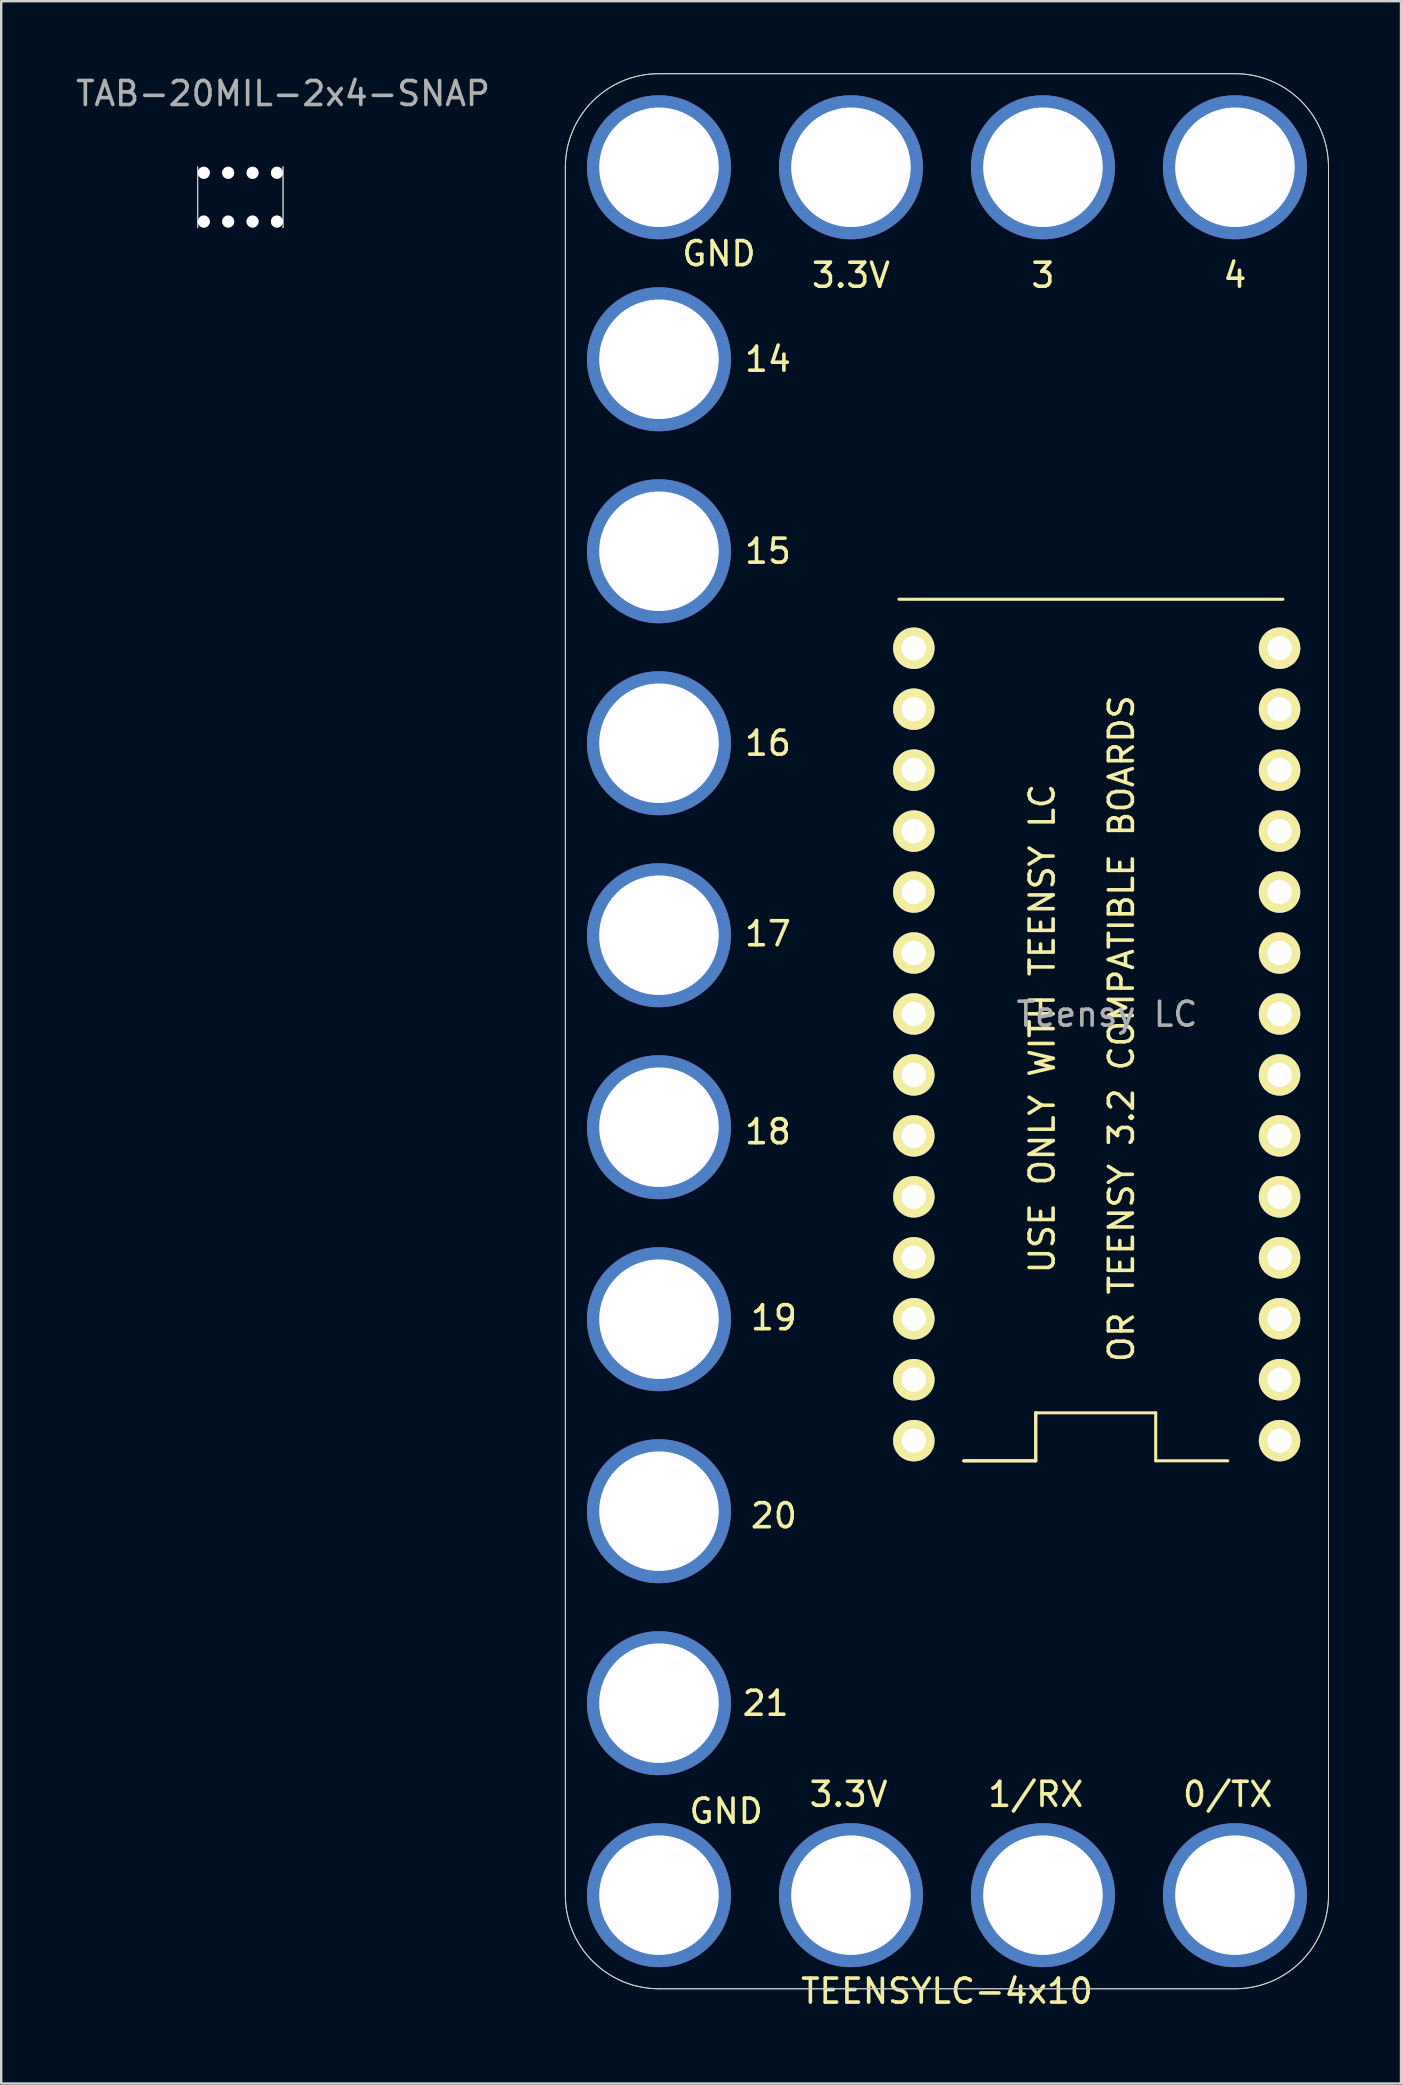
<source format=kicad_pcb>
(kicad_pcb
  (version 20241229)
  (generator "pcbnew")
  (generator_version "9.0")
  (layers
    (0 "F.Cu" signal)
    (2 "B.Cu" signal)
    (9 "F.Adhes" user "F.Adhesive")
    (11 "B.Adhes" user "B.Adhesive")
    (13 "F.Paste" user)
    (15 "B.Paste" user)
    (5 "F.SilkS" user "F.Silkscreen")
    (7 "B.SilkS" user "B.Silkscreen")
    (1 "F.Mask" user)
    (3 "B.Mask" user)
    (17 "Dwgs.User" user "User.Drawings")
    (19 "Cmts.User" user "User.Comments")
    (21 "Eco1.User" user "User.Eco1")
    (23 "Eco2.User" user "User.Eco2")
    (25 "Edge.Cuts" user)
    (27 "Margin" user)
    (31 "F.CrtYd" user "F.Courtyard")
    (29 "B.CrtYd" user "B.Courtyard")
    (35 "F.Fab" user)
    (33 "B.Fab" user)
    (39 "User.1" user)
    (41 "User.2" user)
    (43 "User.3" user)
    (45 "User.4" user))
  (footprint "TEENSYLC-4x10"
    (layer "F.Cu")
    (at 24.408 27.92)
    (property "Reference" "TEENSYLC-4x10" (at 12 52 0) (layer "F.SilkS") (effects (font (size 1 1) (thickness 0.15))))
    (attr through_hole)
    (fp_line (start 10 -6) (end 26 -6) (stroke (width 0.127) (type solid)) (layer "F.SilkS"))
    (fp_line (start 12.7 29.901) (end 15.7 29.901) (stroke (width 0.127) (type solid)) (layer "F.SilkS"))
    (fp_line (start 12.7 29.901) (end 15.7 29.901) (stroke (width 0.127) (type solid)) (layer "F.SilkS"))
    (fp_line (start 15.7 29.901) (end 15.7 27.901) (stroke (width 0.127) (type solid)) (layer "F.SilkS"))
    (fp_line (start 15.7 29.901) (end 15.7 27.901) (stroke (width 0.127) (type solid)) (layer "F.SilkS"))
    (fp_line (start 20.7 27.901) (end 15.7 27.901) (stroke (width 0.127) (type solid)) (layer "F.SilkS"))
    (fp_line (start 20.7 29.901) (end 20.7 27.901) (stroke (width 0.127) (type solid)) (layer "F.SilkS"))
    (fp_line (start 20.7 29.901) (end 23.7 29.901) (stroke (width 0.127) (type solid)) (layer "F.SilkS"))
    (fp_line (start -3.9 -24) (end -3.9 48) (stroke (width 0.041) (type solid)) (layer "Edge.Cuts"))
    (fp_line (start 0 51.9) (end 24 51.9) (stroke (width 0.041) (type solid)) (layer "Edge.Cuts"))
    (fp_line (start 24 -27.9) (end 0 -27.9) (stroke (width 0.041) (type solid)) (layer "Edge.Cuts"))
    (fp_line (start 27.9 48) (end 27.9 -24) (stroke (width 0.041) (type solid)) (layer "Edge.Cuts"))
    (fp_arc (start -3.9 -24) (mid -2.757716 -26.757716) (end 0 -27.9) (stroke (width 0.04064) (type solid)) (layer "Edge.Cuts"))
    (fp_arc (start 0 51.9) (mid -2.755309 50.760122) (end -3.899994 48.006807) (stroke (width 0.04064) (type solid)) (layer "Edge.Cuts"))
    (fp_arc (start 24 -27.9) (mid 26.755309 -26.760122) (end 27.899994 -24.006807) (stroke (width 0.04064) (type solid)) (layer "Edge.Cuts"))
    (fp_arc (start 27.9 48) (mid 26.757716 50.757716) (end 24 51.9) (stroke (width 0.04064) (type solid)) (layer "Edge.Cuts"))
    (fp_line (start -3.9 -24) (end -3.9 48) (stroke (width 0.041) (type solid)) (layer "F.Fab"))
    (fp_line (start 0 51.9) (end 24 51.9) (stroke (width 0.041) (type solid)) (layer "F.Fab"))
    (fp_line (start 24 -27.9) (end 0 -27.9) (stroke (width 0.041) (type solid)) (layer "F.Fab"))
    (fp_line (start 27.9 48) (end 27.9 -24) (stroke (width 0.041) (type solid)) (layer "F.Fab"))
    (fp_arc (start -3.9 -24) (mid -2.757716 -26.757716) (end 0 -27.9) (stroke (width 0.04064) (type solid)) (layer "F.Fab"))
    (fp_arc (start 0 51.9) (mid -2.755309 50.760122) (end -3.899994 48.006807) (stroke (width 0.04064) (type solid)) (layer "F.Fab"))
    (fp_arc (start 24 -27.9) (mid 26.755309 -26.760122) (end 27.899994 -24.006807) (stroke (width 0.04064) (type solid)) (layer "F.Fab"))
    (fp_arc (start 27.9 48) (mid 26.757716 50.757716) (end 24 51.9) (stroke (width 0.04064) (type solid)) (layer "F.Fab"))
    (fp_text user "3" (at 16 -19.5 0) (layer "F.SilkS") (effects (font (size 1 1) (thickness 0.15))))
    (fp_text user "18" (at 4.54 16.19 0) (layer "F.SilkS") (effects (font (size 1 1) (thickness 0.15))))
    (fp_text user "3.3V" (at 7.9 43.8 180) (layer "F.SilkS") (effects (font (size 1 1) (thickness 0.15))))
    (fp_text user "16" (at 4.54 0 180) (layer "F.SilkS") (effects (font (size 1 1) (thickness 0.15))))
    (fp_text user "20" (at 4.79 32.19 0) (layer "F.SilkS") (effects (font (size 1 1) (thickness 0.15))))
    (fp_text user "19" (at 4.79 23.94 0) (layer "F.SilkS") (effects (font (size 1 1) (thickness 0.15))))
    (fp_text user "0/TX" (at 23.7 43.8 0) (layer "F.SilkS") (effects (font (size 1 1) (thickness 0.15))))
    (fp_text user "1/RX" (at 15.7 43.8 0) (layer "F.SilkS") (effects (font (size 1 1) (thickness 0.15))))
    (fp_text user "14" (at 4.54 -16 0) (layer "F.SilkS") (effects (font (size 1 1) (thickness 0.15))))
    (fp_text user "OR TEENSY 3.2 COMPATIBLE BOARDS" (at 19.271 11.892 90) (layer "F.SilkS") (effects (font (size 1 1) (thickness 0.15))))
    (fp_text user "GND" (at 2.8 44.5 180) (layer "F.SilkS") (effects (font (size 1 1) (thickness 0.15))))
    (fp_text user "USE ONLY WITH TEENSY LC" (at 15.969 11.892 90) (layer "F.SilkS") (effects (font (size 1 1) (thickness 0.15))))
    (fp_text user "4" (at 24 -19.5 0) (layer "F.SilkS") (effects (font (size 1 1) (thickness 0.15))))
    (fp_text user "GND" (at 2.5 -20.4 0) (layer "F.SilkS") (effects (font (size 1 1) (thickness 0.15))))
    (fp_text user "3.3V" (at 8 -19.5 180) (layer "F.SilkS") (effects (font (size 1 1) (thickness 0.15))))
    (fp_text user "17" (at 4.54 7.94 0) (layer "F.SilkS") (effects (font (size 1 1) (thickness 0.15))))
    (fp_text user "15" (at 4.54 -8 0) (layer "F.SilkS") (effects (font (size 1 1) (thickness 0.15))))
    (fp_text user "21" (at 4.445 40.005 0) (layer "F.SilkS") (effects (font (size 1 1) (thickness 0.15))))
    (fp_text user "Teensy LC" (at 18.669 11.292 0) (layer "F.Fab") (effects (font (size 1 1) (thickness 0.15))))
    (pad "0" thru_hole circle (at 24 48 90) (size 6 6) (drill 4.98) (layers "*.Cu" "*.Mask"))
    (pad "0" thru_hole circle (at 25.86 26.521 180) (size 1.727 1.727) (drill 1.016) (layers "*.Cu" "*.Mask" "F.SilkS"))
    (pad "1" thru_hole circle (at 16 48 90) (size 6 6) (drill 4.98) (layers "*.Cu" "*.Mask"))
    (pad "1" thru_hole circle (at 25.86 23.981 180) (size 1.727 1.727) (drill 1.016) (layers "*.Cu" "*.Mask" "F.SilkS"))
    (pad "2" thru_hole circle (at 25.86 21.441 180) (size 1.727 1.727) (drill 1.016) (layers "*.Cu" "*.Mask" "F.SilkS"))
    (pad "3" thru_hole circle (at 16 -24 90) (size 6 6) (drill 4.98) (layers "*.Cu" "*.Mask"))
    (pad "3" thru_hole circle (at 25.86 18.901 180) (size 1.727 1.727) (drill 1.016) (layers "*.Cu" "*.Mask" "F.SilkS"))
    (pad "3.3V" thru_hole circle (at 8 -24 90) (size 6 6) (drill 4.98) (layers "*.Cu" "*.Mask"))
    (pad "3.3V" thru_hole circle (at 8 48 90) (size 6 6) (drill 4.98) (layers "*.Cu" "*.Mask"))
    (pad "3.3V" thru_hole circle (at 10.62 23.981 180) (size 1.727 1.727) (drill 1.016) (layers "*.Cu" "*.Mask" "F.SilkS"))
    (pad "4" thru_hole circle (at 24 -24 90) (size 6 6) (drill 4.98) (layers "*.Cu" "*.Mask"))
    (pad "4" thru_hole circle (at 25.86 16.361 180) (size 1.727 1.727) (drill 1.016) (layers "*.Cu" "*.Mask" "F.SilkS"))
    (pad "5" thru_hole circle (at 25.86 13.821 180) (size 1.727 1.727) (drill 1.016) (layers "*.Cu" "*.Mask" "F.SilkS"))
    (pad "6" thru_hole circle (at 25.86 11.281 180) (size 1.727 1.727) (drill 1.016) (layers "*.Cu" "*.Mask" "F.SilkS"))
    (pad "7" thru_hole circle (at 25.86 8.741 180) (size 1.727 1.727) (drill 1.016) (layers "*.Cu" "*.Mask" "F.SilkS"))
    (pad "8" thru_hole circle (at 25.86 6.201 180) (size 1.727 1.727) (drill 1.016) (layers "*.Cu" "*.Mask" "F.SilkS"))
    (pad "9" thru_hole circle (at 25.86 3.661 180) (size 1.727 1.727) (drill 1.016) (layers "*.Cu" "*.Mask" "F.SilkS"))
    (pad "10" thru_hole circle (at 25.86 1.121 180) (size 1.727 1.727) (drill 1.016) (layers "*.Cu" "*.Mask" "F.SilkS"))
    (pad "11" thru_hole circle (at 25.86 -1.419 180) (size 1.727 1.727) (drill 1.016) (layers "*.Cu" "*.Mask" "F.SilkS"))
    (pad "12" thru_hole circle (at 25.86 -3.959 180) (size 1.727 1.727) (drill 1.016) (layers "*.Cu" "*.Mask" "F.SilkS"))
    (pad "13" thru_hole circle (at 10.62 -3.959 180) (size 1.727 1.727) (drill 1.016) (layers "*.Cu" "*.Mask" "F.SilkS"))
    (pad "14" thru_hole circle (at 0 -16 90) (size 6 6) (drill 4.98) (layers "*.Cu" "*.Mask"))
    (pad "14" thru_hole circle (at 10.62 -1.419 180) (size 1.727 1.727) (drill 1.016) (layers "*.Cu" "*.Mask" "F.SilkS"))
    (pad "15" thru_hole circle (at 0 -8 90) (size 6 6) (drill 4.98) (layers "*.Cu" "*.Mask"))
    (pad "15" thru_hole circle (at 10.62 1.121 180) (size 1.727 1.727) (drill 1.016) (layers "*.Cu" "*.Mask" "F.SilkS"))
    (pad "16" thru_hole circle (at 0.001 0 90) (size 6 6) (drill 4.98) (layers "*.Cu" "*.Mask"))
    (pad "16" thru_hole circle (at 10.62 3.661 180) (size 1.727 1.727) (drill 1.016) (layers "*.Cu" "*.Mask" "F.SilkS"))
    (pad "17" thru_hole circle (at 0 8 90) (size 6 6) (drill 4.98) (layers "*.Cu" "*.Mask"))
    (pad "17" thru_hole circle (at 10.62 6.201 180) (size 1.727 1.727) (drill 1.016) (layers "*.Cu" "*.Mask" "F.SilkS"))
    (pad "18" thru_hole circle (at 0.001 16 90) (size 6 6) (drill 4.98) (layers "*.Cu" "*.Mask"))
    (pad "18" thru_hole circle (at 10.62 8.741 180) (size 1.727 1.727) (drill 1.016) (layers "*.Cu" "*.Mask" "F.SilkS"))
    (pad "19" thru_hole circle (at 0.001 24 90) (size 6 6) (drill 4.98) (layers "*.Cu" "*.Mask"))
    (pad "19" thru_hole circle (at 10.62 11.281 180) (size 1.727 1.727) (drill 1.016) (layers "*.Cu" "*.Mask" "F.SilkS"))
    (pad "20" thru_hole circle (at 0.001 32 90) (size 6 6) (drill 4.98) (layers "*.Cu" "*.Mask"))
    (pad "20" thru_hole circle (at 10.62 13.821 180) (size 1.727 1.727) (drill 1.016) (layers "*.Cu" "*.Mask" "F.SilkS"))
    (pad "21" thru_hole circle (at 0.001 40 90) (size 6 6) (drill 4.98) (layers "*.Cu" "*.Mask"))
    (pad "21" thru_hole circle (at 10.62 16.361 180) (size 1.727 1.727) (drill 1.016) (layers "*.Cu" "*.Mask" "F.SilkS"))
    (pad "22" thru_hole circle (at 10.62 18.901 180) (size 1.727 1.727) (drill 1.016) (layers "*.Cu" "*.Mask" "F.SilkS"))
    (pad "23" thru_hole circle (at 10.62 21.441 180) (size 1.727 1.727) (drill 1.016) (layers "*.Cu" "*.Mask" "F.SilkS"))
    (pad "G3" thru_hole circle (at 10.62 26.521 180) (size 1.727 1.727) (drill 1.016) (layers "*.Cu" "*.Mask" "F.SilkS"))
    (pad "GND" thru_hole circle (at 0.001 -24 90) (size 6 6) (drill 4.98) (layers "*.Cu" "*.Mask"))
    (pad "GND" thru_hole circle (at 0.001 48 90) (size 6 6) (drill 4.98) (layers "*.Cu" "*.Mask"))
    (pad "GND" thru_hole circle (at 25.86 29.061 180) (size 1.727 1.727) (drill 1.016) (layers "*.Cu" "*.Mask" "F.SilkS"))
    (pad "VIN" thru_hole circle (at 10.62 29.061 180) (size 1.727 1.727) (drill 1.016) (layers "*.Cu" "*.Mask" "F.SilkS")))
  (footprint "TAB-20MIL-2x4-SNAP"
    (layer "F.Cu")
    (at 6.966 5.166)
    (property "Reference" "TAB-20MIL-2x4-SNAP" (at 1.778 -4.318 0) (layer "F.Fab") (effects (font (size 1 1) (thickness 0.15))))
    (attr through_hole)
    (fp_line (start -1.778 1.27) (end -1.778 -1.27) (stroke (width 0.041) (type solid)) (layer "Edge.Cuts"))
    (fp_line (start 1.778 1.27) (end 1.778 -1.27) (stroke (width 0.041) (type solid)) (layer "Edge.Cuts"))
    (fp_line (start -1.778 1.27) (end -1.778 -1.27) (stroke (width 0.041) (type solid)) (layer "F.Fab"))
    (fp_line (start 1.778 1.27) (end 1.778 -1.27) (stroke (width 0.041) (type solid)) (layer "F.Fab"))
    (pad "1" thru_hole circle (at -1.524 -1.016) (size 0.5 0.5) (drill 0.5) (layers "*.Cu"))
    (pad "1" thru_hole circle (at -1.524 1.016) (size 0.5 0.5) (drill 0.5) (layers "*.Cu"))
    (pad "1" thru_hole circle (at -0.508 -1.016) (size 0.5 0.5) (drill 0.5) (layers "*.Cu"))
    (pad "1" thru_hole circle (at -0.508 1.016) (size 0.5 0.5) (drill 0.5) (layers "*.Cu"))
    (pad "1" thru_hole circle (at 0.508 -1.016) (size 0.5 0.5) (drill 0.5) (layers "*.Cu"))
    (pad "1" thru_hole circle (at 0.508 1.016) (size 0.5 0.5) (drill 0.5) (layers "*.Cu"))
    (pad "1" thru_hole circle (at 1.524 -1.016) (size 0.5 0.5) (drill 0.5) (layers "*.Cu"))
    (pad "1" thru_hole circle (at 1.524 1.016) (size 0.5 0.5) (drill 0.5) (layers "*.Cu")))
  (gr_rect
    (start -3 -3)
    (end 55.329 83.769)
    (stroke (width 0.1) (type default))
    (fill no)
    (layer "Edge.Cuts")))
</source>
